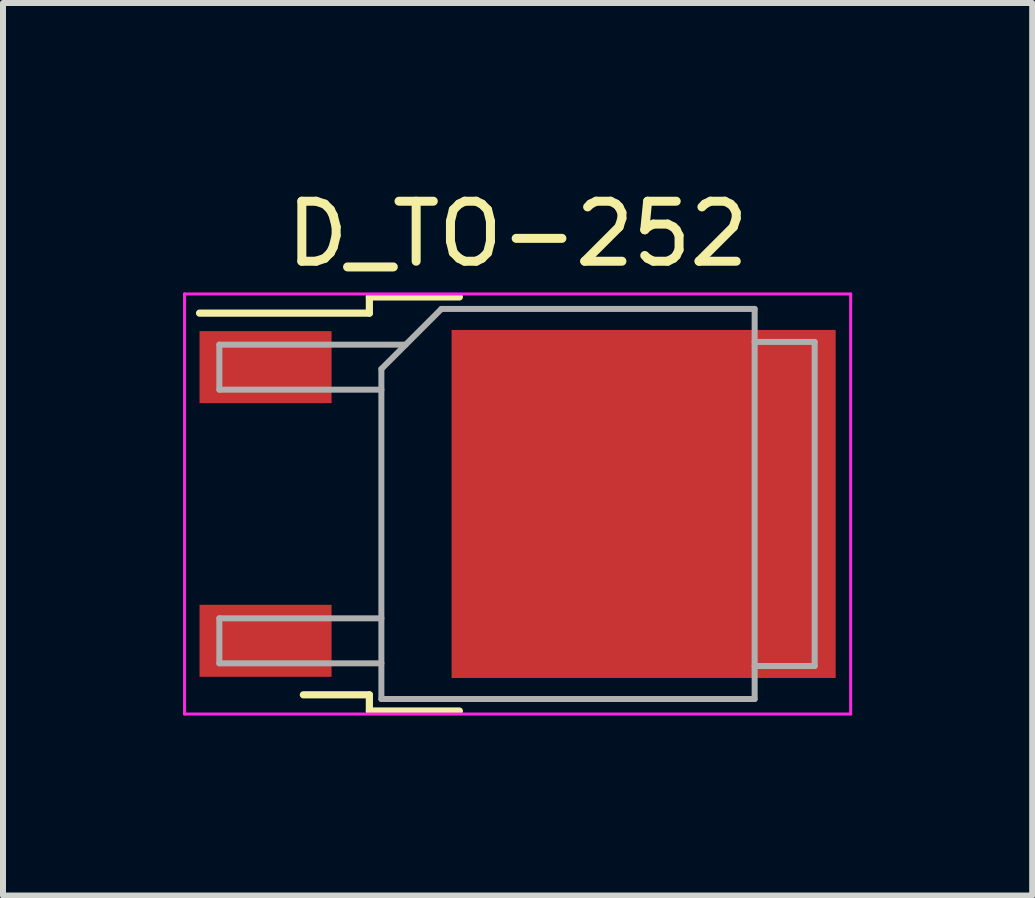
<source format=kicad_pcb>
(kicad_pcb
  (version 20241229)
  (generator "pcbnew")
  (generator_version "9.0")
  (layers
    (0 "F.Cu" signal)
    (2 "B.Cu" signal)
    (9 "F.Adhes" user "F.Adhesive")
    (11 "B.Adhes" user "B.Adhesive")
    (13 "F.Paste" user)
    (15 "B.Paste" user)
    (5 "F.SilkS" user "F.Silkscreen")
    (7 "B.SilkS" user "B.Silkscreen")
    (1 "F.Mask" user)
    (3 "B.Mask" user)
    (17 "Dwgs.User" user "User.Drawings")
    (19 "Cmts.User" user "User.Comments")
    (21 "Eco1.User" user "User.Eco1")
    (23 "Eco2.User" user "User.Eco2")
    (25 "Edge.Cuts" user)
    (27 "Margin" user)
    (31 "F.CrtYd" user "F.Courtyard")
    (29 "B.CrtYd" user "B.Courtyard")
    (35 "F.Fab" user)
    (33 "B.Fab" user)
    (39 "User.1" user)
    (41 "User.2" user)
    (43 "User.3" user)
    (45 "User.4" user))
  (footprint "D_TO-252"
    (layer "F.Cu")
    (at 5.575 5.348)
    (property "Reference" "D_TO-252" (at 0 -4.5 0) (layer "F.SilkS") (effects (font (size 1 1) (thickness 0.15))))
    (attr smd)
    (fp_line (start -2.47 -3.45) (end -2.47 -3.18) (stroke (width 0.12) (type solid)) (layer "F.SilkS"))
    (fp_line (start -2.47 -3.18) (end -5.3 -3.18) (stroke (width 0.12) (type solid)) (layer "F.SilkS"))
    (fp_line (start -2.47 3.18) (end -3.57 3.18) (stroke (width 0.12) (type solid)) (layer "F.SilkS"))
    (fp_line (start -2.47 3.45) (end -2.47 3.18) (stroke (width 0.12) (type solid)) (layer "F.SilkS"))
    (fp_line (start -0.97 -3.45) (end -2.47 -3.45) (stroke (width 0.12) (type solid)) (layer "F.SilkS"))
    (fp_line (start -0.97 3.45) (end -2.47 3.45) (stroke (width 0.12) (type solid)) (layer "F.SilkS"))
    (fp_line (start -5.55 -3.5) (end -5.55 3.5) (stroke (width 0.05) (type solid)) (layer "F.CrtYd"))
    (fp_line (start -5.55 3.5) (end 5.55 3.5) (stroke (width 0.05) (type solid)) (layer "F.CrtYd"))
    (fp_line (start 5.55 -3.5) (end -5.55 -3.5) (stroke (width 0.05) (type solid)) (layer "F.CrtYd"))
    (fp_line (start 5.55 3.5) (end 5.55 -3.5) (stroke (width 0.05) (type solid)) (layer "F.CrtYd"))
    (fp_line (start -4.97 -2.655) (end -4.97 -1.905) (stroke (width 0.1) (type solid)) (layer "F.Fab"))
    (fp_line (start -4.97 -1.905) (end -2.27 -1.905) (stroke (width 0.1) (type solid)) (layer "F.Fab"))
    (fp_line (start -4.97 1.905) (end -4.97 2.655) (stroke (width 0.1) (type solid)) (layer "F.Fab"))
    (fp_line (start -4.97 2.655) (end -2.27 2.655) (stroke (width 0.1) (type solid)) (layer "F.Fab"))
    (fp_line (start -2.27 -2.25) (end -1.27 -3.25) (stroke (width 0.1) (type solid)) (layer "F.Fab"))
    (fp_line (start -2.27 1.905) (end -4.97 1.905) (stroke (width 0.1) (type solid)) (layer "F.Fab"))
    (fp_line (start -2.27 3.25) (end -2.27 -2.25) (stroke (width 0.1) (type solid)) (layer "F.Fab"))
    (fp_line (start -1.865 -2.655) (end -4.97 -2.655) (stroke (width 0.1) (type solid)) (layer "F.Fab"))
    (fp_line (start -1.27 -3.25) (end 3.95 -3.25) (stroke (width 0.1) (type solid)) (layer "F.Fab"))
    (fp_line (start 3.95 -3.25) (end 3.95 3.25) (stroke (width 0.1) (type solid)) (layer "F.Fab"))
    (fp_line (start 3.95 -2.7) (end 4.95 -2.7) (stroke (width 0.1) (type solid)) (layer "F.Fab"))
    (fp_line (start 3.95 3.25) (end -2.27 3.25) (stroke (width 0.1) (type solid)) (layer "F.Fab"))
    (fp_line (start 4.95 -2.7) (end 4.95 2.7) (stroke (width 0.1) (type solid)) (layer "F.Fab"))
    (fp_line (start 4.95 2.7) (end 3.95 2.7) (stroke (width 0.1) (type solid)) (layer "F.Fab"))
    (pad "" smd rect (at 0.425 -1.525) (size 3.05 2.75) (layers "F.Paste"))
    (pad "" smd rect (at 0.425 1.525) (size 3.05 2.75) (layers "F.Paste"))
    (pad "" smd rect (at 3.775 -1.525) (size 3.05 2.75) (layers "F.Paste"))
    (pad "" smd rect (at 3.775 1.525) (size 3.05 2.75) (layers "F.Paste"))
    (pad "1" smd rect (at 2.1 0) (size 6.4 5.8) (layers "F.Cu" "F.Mask"))
    (pad "2" smd rect (at -4.2 -2.28) (size 2.2 1.2) (layers "F.Cu" "F.Mask" "F.Paste"))
    (pad "2" smd rect (at -4.2 2.28) (size 2.2 1.2) (layers "F.Cu" "F.Mask" "F.Paste")))
  (gr_rect
    (start -3 -3)
    (end 14.15 11.873)
    (stroke (width 0.1) (type default))
    (fill no)
    (layer "Edge.Cuts")))
</source>
